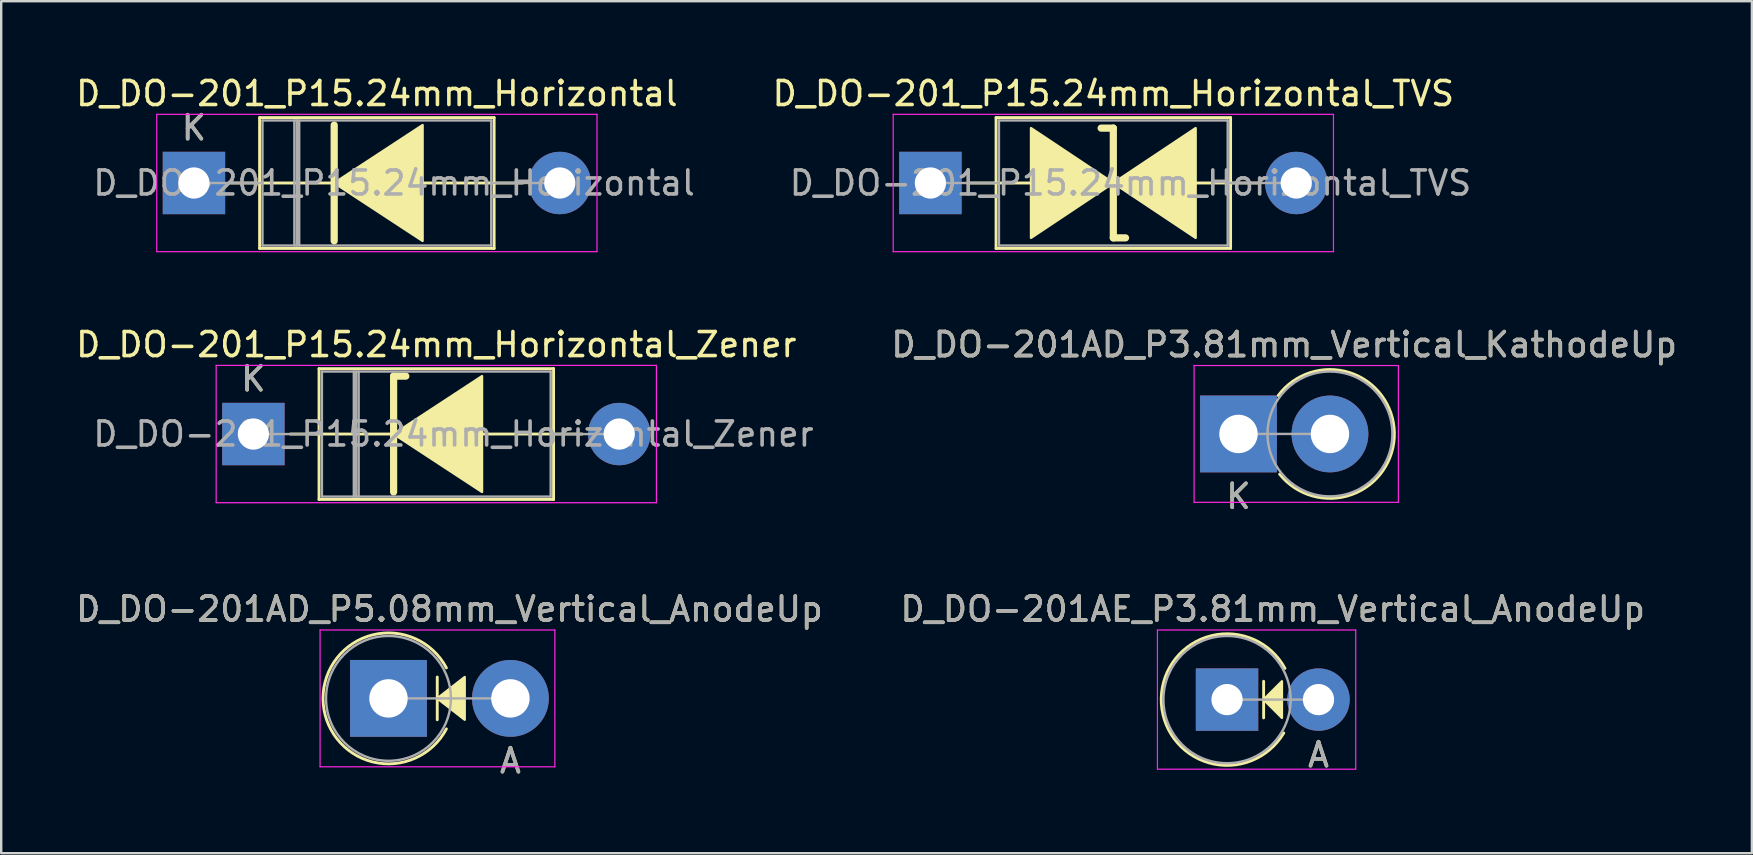
<source format=kicad_pcb>
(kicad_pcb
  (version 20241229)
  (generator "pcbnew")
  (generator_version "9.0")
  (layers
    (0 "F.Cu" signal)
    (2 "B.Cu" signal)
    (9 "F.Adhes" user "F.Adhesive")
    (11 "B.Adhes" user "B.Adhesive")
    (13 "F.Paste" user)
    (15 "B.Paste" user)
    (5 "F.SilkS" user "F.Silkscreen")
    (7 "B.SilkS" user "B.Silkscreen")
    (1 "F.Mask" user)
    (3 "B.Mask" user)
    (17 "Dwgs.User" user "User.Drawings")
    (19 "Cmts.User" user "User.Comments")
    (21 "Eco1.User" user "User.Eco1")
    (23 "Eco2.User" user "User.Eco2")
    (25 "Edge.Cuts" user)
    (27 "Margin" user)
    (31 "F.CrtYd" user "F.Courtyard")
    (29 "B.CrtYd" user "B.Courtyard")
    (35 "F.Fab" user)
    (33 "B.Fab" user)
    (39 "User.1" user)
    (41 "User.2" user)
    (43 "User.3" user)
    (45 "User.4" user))
  (footprint "D_DO-201AD_P5.08mm_Vertical_AnodeUp"
    (layer "F.Cu")
    (at 13.133 26.043)
    (property "Reference" "D_DO-201AD_P5.08mm_Vertical_AnodeUp" (at 2.54 -3.72 0) (layer "F.SilkS") (effects (font (size 1 1) (thickness 0.15))))
    (attr through_hole)
    (fp_line (start 2.032 0.889) (end 2.032 -0.889) (stroke (width 0.12) (type solid)) (layer "F.SilkS"))
    (fp_arc (start 2.412999 1.27) (mid -2.726805 0) (end 2.412999 -1.269999) (stroke (width 0.12) (type solid)) (layer "F.SilkS"))
    (fp_poly (pts (xy 3.175 0.889) (xy 2.032 0) (xy 3.175 -0.889)) (stroke (width 0.1) (type solid)) (fill yes) (layer "F.SilkS"))
    (fp_line (start -2.85 -2.85) (end -2.85 2.85) (stroke (width 0.05) (type solid)) (layer "F.CrtYd"))
    (fp_line (start -2.85 2.85) (end 6.93 2.85) (stroke (width 0.05) (type solid)) (layer "F.CrtYd"))
    (fp_line (start 6.93 -2.85) (end -2.85 -2.85) (stroke (width 0.05) (type solid)) (layer "F.CrtYd"))
    (fp_line (start 6.93 2.85) (end 6.93 -2.85) (stroke (width 0.05) (type solid)) (layer "F.CrtYd"))
    (fp_line (start 0 0) (end 5.08 0) (stroke (width 0.1) (type solid)) (layer "F.Fab"))
    (fp_circle (center 0 0) (end 2.6 0) (stroke (width 0.1) (type solid)) (fill no) (layer "F.Fab"))
    (fp_text user "A" (at 5.08 2.6 0) (layer "F.SilkS") (effects (font (size 1 1) (thickness 0.15))))
    (fp_text user "${REFERENCE}" (at 2.54 -3.72 0) (layer "F.Fab") (effects (font (size 1 1) (thickness 0.15))))
    (fp_text user "A" (at 5.08 2.6 0) (layer "F.Fab") (effects (font (size 1 1) (thickness 0.15))))
    (pad "1" thru_hole rect (at 0 0) (size 3.2 3.2) (drill 1.6) (layers "*.Cu" "*.Mask"))
    (pad "2" thru_hole oval (at 5.08 0) (size 3.2 3.2) (drill 1.6) (layers "*.Cu" "*.Mask")))
  (footprint "D_DO-201_P15.24mm_Horizontal_TVS"
    (layer "F.Cu")
    (at 35.708 4.573)
    (property "Reference" "D_DO-201_P15.24mm_Horizontal_TVS" (at 7.62 -3.725 0) (layer "F.SilkS") (effects (font (size 1 1) (thickness 0.15))))
    (attr through_hole)
    (fp_line (start 1.54 0) (end 2.735 0) (stroke (width 0.12) (type solid)) (layer "F.SilkS"))
    (fp_line (start 2.735 -2.725) (end 2.735 2.725) (stroke (width 0.12) (type solid)) (layer "F.SilkS"))
    (fp_line (start 2.735 0) (end 4.191 0) (stroke (width 0.12) (type solid)) (layer "F.SilkS"))
    (fp_line (start 2.735 2.725) (end 12.505 2.725) (stroke (width 0.12) (type solid)) (layer "F.SilkS"))
    (fp_line (start 7.62 -2.286) (end 7.112 -2.286) (stroke (width 0.3) (type solid)) (layer "F.SilkS"))
    (fp_line (start 7.62 2.286) (end 7.62 -2.286) (stroke (width 0.3) (type solid)) (layer "F.SilkS"))
    (fp_line (start 8.128 2.286) (end 7.62 2.286) (stroke (width 0.3) (type solid)) (layer "F.SilkS"))
    (fp_line (start 11.049 0) (end 12.505 0) (stroke (width 0.12) (type solid)) (layer "F.SilkS"))
    (fp_line (start 12.505 -2.725) (end 2.735 -2.725) (stroke (width 0.12) (type solid)) (layer "F.SilkS"))
    (fp_line (start 12.505 2.725) (end 12.505 -2.725) (stroke (width 0.12) (type solid)) (layer "F.SilkS"))
    (fp_line (start 13.7 0) (end 12.505 0) (stroke (width 0.12) (type solid)) (layer "F.SilkS"))
    (fp_poly (pts (xy 7.62 0) (xy 4.191 2.286) (xy 4.191 -2.286)) (stroke (width 0.1) (type solid)) (fill yes) (layer "F.SilkS"))
    (fp_poly (pts (xy 7.62 0) (xy 11.049 -2.286) (xy 11.049 2.286)) (stroke (width 0.1) (type solid)) (fill yes) (layer "F.SilkS"))
    (fp_line (start -1.55 -2.86) (end -1.55 2.86) (stroke (width 0.05) (type solid)) (layer "F.CrtYd"))
    (fp_line (start -1.55 2.86) (end 16.79 2.86) (stroke (width 0.05) (type solid)) (layer "F.CrtYd"))
    (fp_line (start 16.79 -2.86) (end -1.55 -2.86) (stroke (width 0.05) (type solid)) (layer "F.CrtYd"))
    (fp_line (start 16.79 2.86) (end 16.79 -2.86) (stroke (width 0.05) (type solid)) (layer "F.CrtYd"))
    (fp_line (start 0 0) (end 2.855 0) (stroke (width 0.1) (type solid)) (layer "F.Fab"))
    (fp_line (start 2.855 -2.605) (end 2.855 2.605) (stroke (width 0.1) (type solid)) (layer "F.Fab"))
    (fp_line (start 2.855 2.605) (end 12.385 2.605) (stroke (width 0.1) (type solid)) (layer "F.Fab"))
    (fp_line (start 12.385 -2.605) (end 2.855 -2.605) (stroke (width 0.1) (type solid)) (layer "F.Fab"))
    (fp_line (start 12.385 2.605) (end 12.385 -2.605) (stroke (width 0.1) (type solid)) (layer "F.Fab"))
    (fp_line (start 15.24 0) (end 12.385 0) (stroke (width 0.1) (type solid)) (layer "F.Fab"))
    (fp_text user "${REFERENCE}" (at 8.335 0 0) (layer "F.Fab") (effects (font (size 1 1) (thickness 0.15))))
    (pad "1" thru_hole rect (at 0 0) (size 2.6 2.6) (drill 1.3) (layers "*.Cu" "*.Mask"))
    (pad "2" thru_hole oval (at 15.24 0) (size 2.6 2.6) (drill 1.3) (layers "*.Cu" "*.Mask")))
  (footprint "D_DO-201AD_P3.81mm_Vertical_KathodeUp"
    (layer "F.Cu")
    (at 48.542 15.027)
    (property "Reference" "D_DO-201AD_P3.81mm_Vertical_KathodeUp" (at 1.905 -3.72 0) (layer "F.SilkS") (effects (font (size 1 1) (thickness 0.15))))
    (attr through_hole)
    (fp_arc (start 1.655284 -1.6) (mid 6.493382 -0.047582) (end 1.713364 1.675386) (stroke (width 0.12) (type solid)) (layer "F.SilkS"))
    (fp_line (start -1.85 -2.85) (end -1.85 2.85) (stroke (width 0.05) (type solid)) (layer "F.CrtYd"))
    (fp_line (start -1.85 2.85) (end 6.66 2.85) (stroke (width 0.05) (type solid)) (layer "F.CrtYd"))
    (fp_line (start 6.66 -2.85) (end -1.85 -2.85) (stroke (width 0.05) (type solid)) (layer "F.CrtYd"))
    (fp_line (start 6.66 2.85) (end 6.66 -2.85) (stroke (width 0.05) (type solid)) (layer "F.CrtYd"))
    (fp_line (start 0 0) (end 3.81 0) (stroke (width 0.1) (type solid)) (layer "F.Fab"))
    (fp_circle (center 3.81 0) (end 6.41 0) (stroke (width 0.1) (type solid)) (fill no) (layer "F.Fab"))
    (fp_text user "K" (at 0 2.6 0) (layer "F.SilkS") (effects (font (size 1 1) (thickness 0.15))))
    (fp_text user "${REFERENCE}" (at 1.905 -3.72 0) (layer "F.Fab") (effects (font (size 1 1) (thickness 0.15))))
    (fp_text user "K" (at 0 2.6 0) (layer "F.Fab") (effects (font (size 1 1) (thickness 0.15))))
    (pad "1" thru_hole rect (at 0 0) (size 3.2 3.2) (drill 1.6) (layers "*.Cu" "*.Mask"))
    (pad "2" thru_hole oval (at 3.81 0) (size 3.2 3.2) (drill 1.6) (layers "*.Cu" "*.Mask")))
  (footprint "D_DO-201_P15.24mm_Horizontal"
    (layer "F.Cu")
    (at 5.029 4.573)
    (property "Reference" "D_DO-201_P15.24mm_Horizontal" (at 7.62 -3.725 0) (layer "F.SilkS") (effects (font (size 1 1) (thickness 0.15))))
    (attr through_hole)
    (fp_line (start 1.54 0) (end 2.735 0) (stroke (width 0.12) (type solid)) (layer "F.SilkS"))
    (fp_line (start 2.735 -2.725) (end 2.735 2.725) (stroke (width 0.12) (type solid)) (layer "F.SilkS"))
    (fp_line (start 2.735 2.725) (end 12.505 2.725) (stroke (width 0.12) (type solid)) (layer "F.SilkS"))
    (fp_line (start 5.842 -2.413) (end 5.842 2.413) (stroke (width 0.3) (type solid)) (layer "F.SilkS"))
    (fp_line (start 5.842 0) (end 2.735 0) (stroke (width 0.12) (type solid)) (layer "F.SilkS"))
    (fp_line (start 9.525 0) (end 12.505 0) (stroke (width 0.12) (type solid)) (layer "F.SilkS"))
    (fp_line (start 12.505 -2.725) (end 2.735 -2.725) (stroke (width 0.12) (type solid)) (layer "F.SilkS"))
    (fp_line (start 12.505 2.725) (end 12.505 -2.725) (stroke (width 0.12) (type solid)) (layer "F.SilkS"))
    (fp_line (start 13.7 0) (end 12.505 0) (stroke (width 0.12) (type solid)) (layer "F.SilkS"))
    (fp_poly (pts (xy 9.525 2.413) (xy 5.842 0) (xy 9.525 -2.413)) (stroke (width 0.1) (type solid)) (fill yes) (layer "F.SilkS"))
    (fp_line (start -1.55 -2.86) (end -1.55 2.86) (stroke (width 0.05) (type solid)) (layer "F.CrtYd"))
    (fp_line (start -1.55 2.86) (end 16.79 2.86) (stroke (width 0.05) (type solid)) (layer "F.CrtYd"))
    (fp_line (start 16.79 -2.86) (end -1.55 -2.86) (stroke (width 0.05) (type solid)) (layer "F.CrtYd"))
    (fp_line (start 16.79 2.86) (end 16.79 -2.86) (stroke (width 0.05) (type solid)) (layer "F.CrtYd"))
    (fp_line (start 0 0) (end 2.855 0) (stroke (width 0.1) (type solid)) (layer "F.Fab"))
    (fp_line (start 2.855 -2.605) (end 2.855 2.605) (stroke (width 0.1) (type solid)) (layer "F.Fab"))
    (fp_line (start 2.855 2.605) (end 12.385 2.605) (stroke (width 0.1) (type solid)) (layer "F.Fab"))
    (fp_line (start 4.184 -2.605) (end 4.184 2.605) (stroke (width 0.1) (type solid)) (layer "F.Fab"))
    (fp_line (start 4.285 -2.605) (end 4.285 2.605) (stroke (width 0.1) (type solid)) (layer "F.Fab"))
    (fp_line (start 4.385 -2.605) (end 4.385 2.605) (stroke (width 0.1) (type solid)) (layer "F.Fab"))
    (fp_line (start 12.385 -2.605) (end 2.855 -2.605) (stroke (width 0.1) (type solid)) (layer "F.Fab"))
    (fp_line (start 12.385 2.605) (end 12.385 -2.605) (stroke (width 0.1) (type solid)) (layer "F.Fab"))
    (fp_line (start 15.24 0) (end 12.385 0) (stroke (width 0.1) (type solid)) (layer "F.Fab"))
    (fp_text user "K" (at 0 -2.3 0) (layer "F.SilkS") (effects (font (size 1 1) (thickness 0.15))))
    (fp_text user "${REFERENCE}" (at 8.335 0 0) (layer "F.Fab") (effects (font (size 1 1) (thickness 0.15))))
    (fp_text user "K" (at 0 -2.3 0) (layer "F.Fab") (effects (font (size 1 1) (thickness 0.15))))
    (pad "1" thru_hole rect (at 0 0) (size 2.6 2.6) (drill 1.3) (layers "*.Cu" "*.Mask"))
    (pad "2" thru_hole oval (at 15.24 0) (size 2.6 2.6) (drill 1.3) (layers "*.Cu" "*.Mask")))
  (footprint "D_DO-201AE_P3.81mm_Vertical_AnodeUp"
    (layer "F.Cu")
    (at 48.065 26.093)
    (property "Reference" "D_DO-201AE_P3.81mm_Vertical_AnodeUp" (at 1.905 -3.77 0) (layer "F.SilkS") (effects (font (size 1 1) (thickness 0.15))))
    (attr through_hole)
    (fp_line (start 1.524 -0.762) (end 1.524 0.762) (stroke (width 0.12) (type solid)) (layer "F.SilkS"))
    (fp_arc (start 2.361782 1.391144) (mid -2.74054 -0.052312) (end 2.413151 -1.3) (stroke (width 0.12) (type solid)) (layer "F.SilkS"))
    (fp_poly (pts (xy 2.286 0.762) (xy 1.524 0) (xy 2.286 -0.762)) (stroke (width 0.1) (type solid)) (fill yes) (layer "F.SilkS"))
    (fp_line (start -2.9 -2.9) (end -2.9 2.9) (stroke (width 0.05) (type solid)) (layer "F.CrtYd"))
    (fp_line (start -2.9 2.9) (end 5.36 2.9) (stroke (width 0.05) (type solid)) (layer "F.CrtYd"))
    (fp_line (start 5.36 -2.9) (end -2.9 -2.9) (stroke (width 0.05) (type solid)) (layer "F.CrtYd"))
    (fp_line (start 5.36 2.9) (end 5.36 -2.9) (stroke (width 0.05) (type solid)) (layer "F.CrtYd"))
    (fp_line (start 0 0) (end 3.81 0) (stroke (width 0.1) (type solid)) (layer "F.Fab"))
    (fp_circle (center 0 0) (end 2.65 0) (stroke (width 0.1) (type solid)) (fill no) (layer "F.Fab"))
    (fp_text user "A" (at 3.81 2.3 0) (layer "F.SilkS") (effects (font (size 1 1) (thickness 0.15))))
    (fp_text user "A" (at 3.81 2.3 0) (layer "F.Fab") (effects (font (size 1 1) (thickness 0.15))))
    (fp_text user "${REFERENCE}" (at 1.905 -3.77 0) (layer "F.Fab") (effects (font (size 1 1) (thickness 0.15))))
    (pad "1" thru_hole rect (at 0 0) (size 2.6 2.6) (drill 1.3) (layers "*.Cu" "*.Mask"))
    (pad "2" thru_hole oval (at 3.81 0) (size 2.6 2.6) (drill 1.3) (layers "*.Cu" "*.Mask")))
  (footprint "D_DO-201_P15.24mm_Horizontal_Zener"
    (layer "F.Cu")
    (at 7.505 15.031)
    (property "Reference" "D_DO-201_P15.24mm_Horizontal_Zener" (at 7.62 -3.725 0) (layer "F.SilkS") (effects (font (size 1 1) (thickness 0.15))))
    (attr through_hole)
    (fp_line (start 1.54 0) (end 2.735 0) (stroke (width 0.12) (type solid)) (layer "F.SilkS"))
    (fp_line (start 2.735 -2.725) (end 2.735 2.725) (stroke (width 0.12) (type solid)) (layer "F.SilkS"))
    (fp_line (start 2.735 2.725) (end 12.505 2.725) (stroke (width 0.12) (type solid)) (layer "F.SilkS"))
    (fp_line (start 5.842 -2.413) (end 5.842 2.413) (stroke (width 0.3) (type solid)) (layer "F.SilkS"))
    (fp_line (start 5.842 -2.413) (end 6.35 -2.413) (stroke (width 0.3) (type solid)) (layer "F.SilkS"))
    (fp_line (start 5.842 0) (end 2.735 0) (stroke (width 0.12) (type solid)) (layer "F.SilkS"))
    (fp_line (start 9.525 0) (end 12.505 0) (stroke (width 0.12) (type solid)) (layer "F.SilkS"))
    (fp_line (start 12.505 -2.725) (end 2.735 -2.725) (stroke (width 0.12) (type solid)) (layer "F.SilkS"))
    (fp_line (start 12.505 2.725) (end 12.505 -2.725) (stroke (width 0.12) (type solid)) (layer "F.SilkS"))
    (fp_line (start 13.7 0) (end 12.505 0) (stroke (width 0.12) (type solid)) (layer "F.SilkS"))
    (fp_poly (pts (xy 9.525 2.413) (xy 5.842 0) (xy 9.525 -2.413)) (stroke (width 0.1) (type solid)) (fill yes) (layer "F.SilkS"))
    (fp_line (start -1.55 -2.86) (end -1.55 2.86) (stroke (width 0.05) (type solid)) (layer "F.CrtYd"))
    (fp_line (start -1.55 2.86) (end 16.79 2.86) (stroke (width 0.05) (type solid)) (layer "F.CrtYd"))
    (fp_line (start 16.79 -2.86) (end -1.55 -2.86) (stroke (width 0.05) (type solid)) (layer "F.CrtYd"))
    (fp_line (start 16.79 2.86) (end 16.79 -2.86) (stroke (width 0.05) (type solid)) (layer "F.CrtYd"))
    (fp_line (start 0 0) (end 2.855 0) (stroke (width 0.1) (type solid)) (layer "F.Fab"))
    (fp_line (start 2.855 -2.605) (end 2.855 2.605) (stroke (width 0.1) (type solid)) (layer "F.Fab"))
    (fp_line (start 2.855 2.605) (end 12.385 2.605) (stroke (width 0.1) (type solid)) (layer "F.Fab"))
    (fp_line (start 4.184 -2.605) (end 4.184 2.605) (stroke (width 0.1) (type solid)) (layer "F.Fab"))
    (fp_line (start 4.285 -2.605) (end 4.285 2.605) (stroke (width 0.1) (type solid)) (layer "F.Fab"))
    (fp_line (start 4.385 -2.605) (end 4.385 2.605) (stroke (width 0.1) (type solid)) (layer "F.Fab"))
    (fp_line (start 12.385 -2.605) (end 2.855 -2.605) (stroke (width 0.1) (type solid)) (layer "F.Fab"))
    (fp_line (start 12.385 2.605) (end 12.385 -2.605) (stroke (width 0.1) (type solid)) (layer "F.Fab"))
    (fp_line (start 15.24 0) (end 12.385 0) (stroke (width 0.1) (type solid)) (layer "F.Fab"))
    (fp_text user "K" (at 0 -2.3 0) (layer "F.SilkS") (effects (font (size 1 1) (thickness 0.15))))
    (fp_text user "${REFERENCE}" (at 8.335 0 0) (layer "F.Fab") (effects (font (size 1 1) (thickness 0.15))))
    (fp_text user "K" (at 0 -2.3 0) (layer "F.Fab") (effects (font (size 1 1) (thickness 0.15))))
    (pad "1" thru_hole rect (at 0 0) (size 2.6 2.6) (drill 1.3) (layers "*.Cu" "*.Mask"))
    (pad "2" thru_hole oval (at 15.24 0) (size 2.6 2.6) (drill 1.3) (layers "*.Cu" "*.Mask")))
  (gr_rect
    (start -3 -3)
    (end 69.929 32.491)
    (stroke (width 0.1) (type default))
    (fill no)
    (layer "Edge.Cuts")))
</source>
